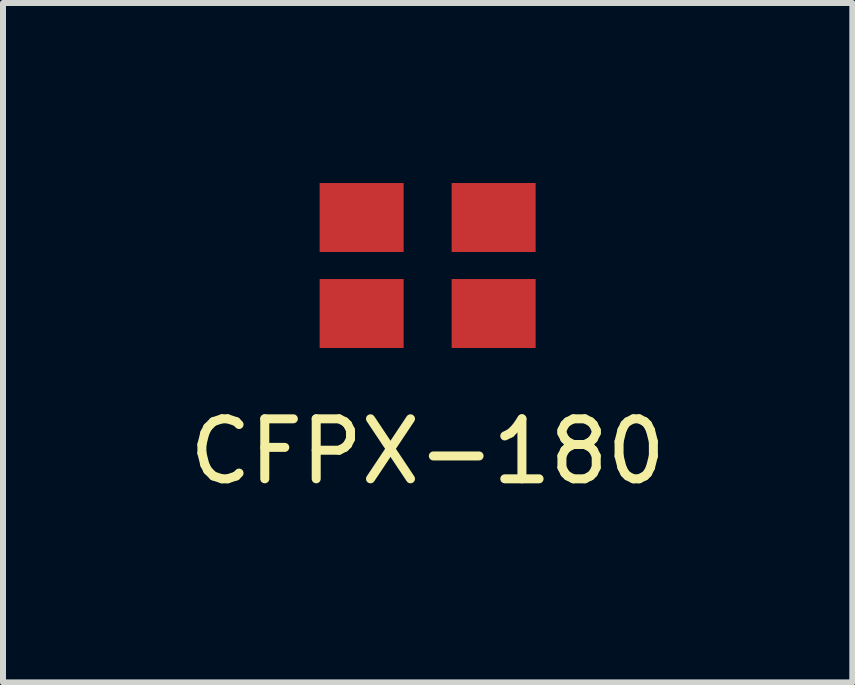
<source format=kicad_pcb>
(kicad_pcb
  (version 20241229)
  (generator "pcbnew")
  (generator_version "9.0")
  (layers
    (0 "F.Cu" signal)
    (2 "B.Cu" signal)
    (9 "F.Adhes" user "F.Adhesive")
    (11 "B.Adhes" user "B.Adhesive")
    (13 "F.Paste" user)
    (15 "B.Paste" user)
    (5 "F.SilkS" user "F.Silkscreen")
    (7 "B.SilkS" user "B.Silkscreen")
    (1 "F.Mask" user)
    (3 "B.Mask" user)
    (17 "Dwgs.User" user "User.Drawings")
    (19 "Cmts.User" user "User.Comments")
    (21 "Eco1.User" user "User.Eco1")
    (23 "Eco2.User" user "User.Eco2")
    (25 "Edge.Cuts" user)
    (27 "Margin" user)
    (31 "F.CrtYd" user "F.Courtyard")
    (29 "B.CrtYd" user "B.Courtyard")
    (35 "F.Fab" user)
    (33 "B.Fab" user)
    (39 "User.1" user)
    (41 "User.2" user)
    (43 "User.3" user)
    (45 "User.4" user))
  (footprint "CFPX-180"
    (layer "F.Cu")
    (at 4.077 1.375)
    (property "Reference" "CFPX-180" (at 0 3.1 0) (layer "F.SilkS") (effects (font (size 1 1) (thickness 0.15))))
    (attr through_hole)
    (pad "1" smd rect (at -1.1 -0.8) (size 1.4 1.15) (layers "F.Cu" "F.Mask" "F.Paste"))
    (pad "2" smd rect (at 1.1 -0.8) (size 1.4 1.15) (layers "F.Cu" "F.Mask" "F.Paste"))
    (pad "3" smd rect (at -1.1 0.8) (size 1.4 1.15) (layers "F.Cu" "F.Mask" "F.Paste"))
    (pad "4" smd rect (at 1.1 0.8) (size 1.4 1.15) (layers "F.Cu" "F.Mask" "F.Paste")))
  (gr_rect
    (start -3 -3)
    (end 11.155 8.323)
    (stroke (width 0.1) (type default))
    (fill no)
    (layer "Edge.Cuts")))
</source>
